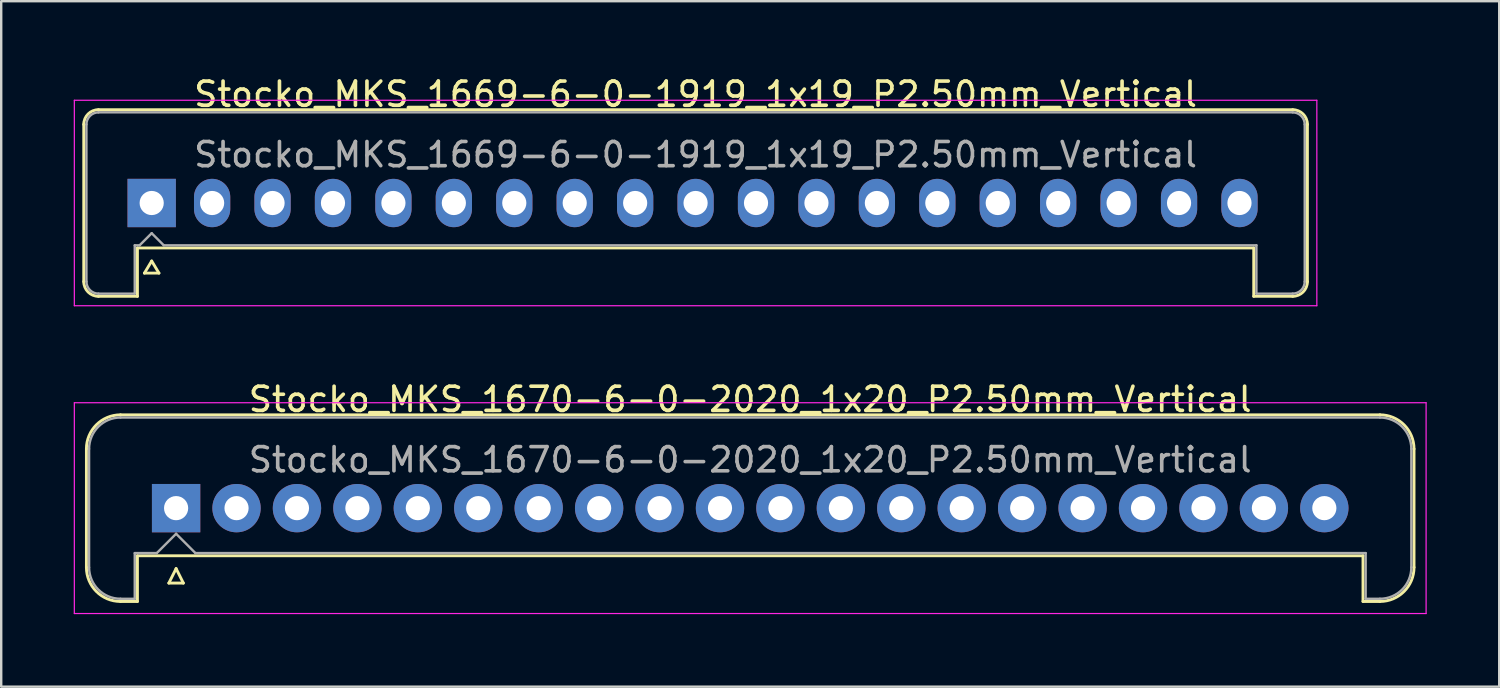
<source format=kicad_pcb>
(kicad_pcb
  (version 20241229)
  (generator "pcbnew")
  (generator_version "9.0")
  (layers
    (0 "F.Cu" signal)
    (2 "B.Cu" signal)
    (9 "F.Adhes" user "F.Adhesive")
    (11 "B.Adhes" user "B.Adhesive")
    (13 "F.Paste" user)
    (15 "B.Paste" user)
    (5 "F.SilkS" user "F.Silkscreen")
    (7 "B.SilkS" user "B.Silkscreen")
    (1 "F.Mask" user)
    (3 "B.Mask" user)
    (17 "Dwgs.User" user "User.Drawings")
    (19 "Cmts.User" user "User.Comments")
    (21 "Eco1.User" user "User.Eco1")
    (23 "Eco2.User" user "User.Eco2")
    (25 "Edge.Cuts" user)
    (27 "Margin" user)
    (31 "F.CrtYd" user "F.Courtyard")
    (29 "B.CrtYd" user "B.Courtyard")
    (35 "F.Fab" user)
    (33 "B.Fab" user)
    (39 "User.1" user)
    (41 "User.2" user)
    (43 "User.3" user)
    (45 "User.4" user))
  (footprint "Stocko_MKS_1670-6-0-2020_1x20_P2.50mm_Vertical"
    (layer "F.Cu")
    (at 4.235 17.971)
    (property "Reference" "Stocko_MKS_1670-6-0-2020_1x20_P2.50mm_Vertical" (at 23.75 -4.5 0) (layer "F.SilkS") (effects (font (size 1 1) (thickness 0.15))))
    (attr through_hole)
    (fp_line (start -3.71 -2.45) (end -3.71 2.45) (stroke (width 0.12) (type solid)) (layer "F.SilkS"))
    (fp_line (start -2.3 -3.86) (end 49.8 -3.86) (stroke (width 0.12) (type solid)) (layer "F.SilkS"))
    (fp_line (start -2.3 3.86) (end -1.6 3.86) (stroke (width 0.12) (type solid)) (layer "F.SilkS"))
    (fp_line (start -1.6 1.97) (end 49.1 1.97) (stroke (width 0.12) (type solid)) (layer "F.SilkS"))
    (fp_line (start -1.6 3.86) (end -1.6 1.97) (stroke (width 0.12) (type solid)) (layer "F.SilkS"))
    (fp_line (start -0.3 3.1) (end 0.3 3.1) (stroke (width 0.12) (type solid)) (layer "F.SilkS"))
    (fp_line (start 0 2.5) (end -0.3 3.1) (stroke (width 0.12) (type solid)) (layer "F.SilkS"))
    (fp_line (start 0.3 3.1) (end 0 2.5) (stroke (width 0.12) (type solid)) (layer "F.SilkS"))
    (fp_line (start 49.1 3.86) (end 49.1 1.97) (stroke (width 0.12) (type solid)) (layer "F.SilkS"))
    (fp_line (start 49.8 3.86) (end 49.1 3.86) (stroke (width 0.12) (type solid)) (layer "F.SilkS"))
    (fp_line (start 51.21 -2.45) (end 51.21 2.45) (stroke (width 0.12) (type solid)) (layer "F.SilkS"))
    (fp_arc (start -3.71 -2.45) (mid -3.297021 -3.447021) (end -2.3 -3.86) (stroke (width 0.12) (type solid)) (layer "F.SilkS"))
    (fp_arc (start -2.3 3.86) (mid -3.297021 3.447021) (end -3.71 2.45) (stroke (width 0.12) (type solid)) (layer "F.SilkS"))
    (fp_arc (start 49.8 -3.86) (mid 50.797021 -3.447021) (end 51.21 -2.45) (stroke (width 0.12) (type solid)) (layer "F.SilkS"))
    (fp_arc (start 51.21 2.45) (mid 50.797021 3.447021) (end 49.8 3.86) (stroke (width 0.12) (type solid)) (layer "F.SilkS"))
    (fp_line (start -4.21 -4.36) (end -4.21 4.36) (stroke (width 0.05) (type solid)) (layer "F.CrtYd"))
    (fp_line (start -4.21 4.36) (end 51.71 4.36) (stroke (width 0.05) (type solid)) (layer "F.CrtYd"))
    (fp_line (start 51.71 -4.36) (end -4.21 -4.36) (stroke (width 0.05) (type solid)) (layer "F.CrtYd"))
    (fp_line (start 51.71 4.36) (end 51.71 -4.36) (stroke (width 0.05) (type solid)) (layer "F.CrtYd"))
    (fp_line (start -3.6 -2.45) (end -3.6 2.45) (stroke (width 0.1) (type solid)) (layer "F.Fab"))
    (fp_line (start -2.3 -3.75) (end 49.8 -3.75) (stroke (width 0.1) (type solid)) (layer "F.Fab"))
    (fp_line (start -2.3 3.75) (end -1.71 3.75) (stroke (width 0.1) (type solid)) (layer "F.Fab"))
    (fp_line (start -1.71 1.86) (end -0.8 1.86) (stroke (width 0.1) (type solid)) (layer "F.Fab"))
    (fp_line (start -1.71 3.75) (end -1.71 1.86) (stroke (width 0.1) (type solid)) (layer "F.Fab"))
    (fp_line (start -0.8 1.86) (end 0 1.06) (stroke (width 0.1) (type solid)) (layer "F.Fab"))
    (fp_line (start 0 1.06) (end 0.8 1.86) (stroke (width 0.1) (type solid)) (layer "F.Fab"))
    (fp_line (start 0.8 1.86) (end 49.21 1.86) (stroke (width 0.1) (type solid)) (layer "F.Fab"))
    (fp_line (start 49.21 3.75) (end 49.21 1.86) (stroke (width 0.1) (type solid)) (layer "F.Fab"))
    (fp_line (start 49.8 3.75) (end 49.21 3.75) (stroke (width 0.1) (type solid)) (layer "F.Fab"))
    (fp_line (start 51.1 -2.45) (end 51.1 2.45) (stroke (width 0.1) (type solid)) (layer "F.Fab"))
    (fp_arc (start -3.6 -2.45) (mid -3.219239 -3.369239) (end -2.3 -3.75) (stroke (width 0.1) (type solid)) (layer "F.Fab"))
    (fp_arc (start -2.3 3.75) (mid -3.219239 3.369239) (end -3.6 2.45) (stroke (width 0.1) (type solid)) (layer "F.Fab"))
    (fp_arc (start 49.8 -3.75) (mid 50.719239 -3.369239) (end 51.1 -2.45) (stroke (width 0.1) (type solid)) (layer "F.Fab"))
    (fp_arc (start 51.1 2.45) (mid 50.719239 3.369239) (end 49.8 3.75) (stroke (width 0.1) (type solid)) (layer "F.Fab"))
    (fp_text user "${REFERENCE}" (at 23.75 -2 0) (layer "F.Fab") (effects (font (size 1 1) (thickness 0.15))))
    (pad "1" thru_hole rect (at 0 0) (size 2 2) (drill 1) (layers "*.Cu" "*.Mask"))
    (pad "2" thru_hole circle (at 2.5 0) (size 2 2) (drill 1) (layers "*.Cu" "*.Mask"))
    (pad "3" thru_hole circle (at 5 0) (size 2 2) (drill 1) (layers "*.Cu" "*.Mask"))
    (pad "4" thru_hole circle (at 7.5 0) (size 2 2) (drill 1) (layers "*.Cu" "*.Mask"))
    (pad "5" thru_hole circle (at 10 0) (size 2 2) (drill 1) (layers "*.Cu" "*.Mask"))
    (pad "6" thru_hole circle (at 12.5 0) (size 2 2) (drill 1) (layers "*.Cu" "*.Mask"))
    (pad "7" thru_hole circle (at 15 0) (size 2 2) (drill 1) (layers "*.Cu" "*.Mask"))
    (pad "8" thru_hole circle (at 17.5 0) (size 2 2) (drill 1) (layers "*.Cu" "*.Mask"))
    (pad "9" thru_hole circle (at 20 0) (size 2 2) (drill 1) (layers "*.Cu" "*.Mask"))
    (pad "10" thru_hole circle (at 22.5 0) (size 2 2) (drill 1) (layers "*.Cu" "*.Mask"))
    (pad "11" thru_hole circle (at 25 0) (size 2 2) (drill 1) (layers "*.Cu" "*.Mask"))
    (pad "12" thru_hole circle (at 27.5 0) (size 2 2) (drill 1) (layers "*.Cu" "*.Mask"))
    (pad "13" thru_hole circle (at 30 0) (size 2 2) (drill 1) (layers "*.Cu" "*.Mask"))
    (pad "14" thru_hole circle (at 32.5 0) (size 2 2) (drill 1) (layers "*.Cu" "*.Mask"))
    (pad "15" thru_hole circle (at 35 0) (size 2 2) (drill 1) (layers "*.Cu" "*.Mask"))
    (pad "16" thru_hole circle (at 37.5 0) (size 2 2) (drill 1) (layers "*.Cu" "*.Mask"))
    (pad "17" thru_hole circle (at 40 0) (size 2 2) (drill 1) (layers "*.Cu" "*.Mask"))
    (pad "18" thru_hole circle (at 42.5 0) (size 2 2) (drill 1) (layers "*.Cu" "*.Mask"))
    (pad "19" thru_hole circle (at 45 0) (size 2 2) (drill 1) (layers "*.Cu" "*.Mask"))
    (pad "20" thru_hole circle (at 47.5 0) (size 2 2) (drill 1) (layers "*.Cu" "*.Mask")))
  (footprint "Stocko_MKS_1669-6-0-1919_1x19_P2.50mm_Vertical"
    (layer "F.Cu")
    (at 3.225 5.348)
    (property "Reference" "Stocko_MKS_1669-6-0-1919_1x19_P2.50mm_Vertical" (at 22.5 -4.5 0) (layer "F.SilkS") (effects (font (size 1 1) (thickness 0.15))))
    (attr through_hole)
    (fp_line (start -2.81 -3.25) (end -2.81 3.25) (stroke (width 0.12) (type solid)) (layer "F.SilkS"))
    (fp_line (start -2.2 -3.86) (end 47.2 -3.86) (stroke (width 0.12) (type solid)) (layer "F.SilkS"))
    (fp_line (start -2.2 3.86) (end -0.59 3.86) (stroke (width 0.12) (type solid)) (layer "F.SilkS"))
    (fp_line (start -0.59 1.86) (end 45.59 1.86) (stroke (width 0.12) (type solid)) (layer "F.SilkS"))
    (fp_line (start -0.59 3.86) (end -0.59 1.86) (stroke (width 0.12) (type solid)) (layer "F.SilkS"))
    (fp_line (start -0.3 2.9) (end 0.3 2.9) (stroke (width 0.12) (type solid)) (layer "F.SilkS"))
    (fp_line (start 0 2.4) (end -0.3 2.9) (stroke (width 0.12) (type solid)) (layer "F.SilkS"))
    (fp_line (start 0.3 2.9) (end 0 2.4) (stroke (width 0.12) (type solid)) (layer "F.SilkS"))
    (fp_line (start 45.59 3.86) (end 45.59 1.86) (stroke (width 0.12) (type solid)) (layer "F.SilkS"))
    (fp_line (start 47.2 3.86) (end 45.59 3.86) (stroke (width 0.12) (type solid)) (layer "F.SilkS"))
    (fp_line (start 47.81 -3.25) (end 47.81 3.25) (stroke (width 0.12) (type solid)) (layer "F.SilkS"))
    (fp_arc (start -2.81 -3.25) (mid -2.631335 -3.681335) (end -2.2 -3.86) (stroke (width 0.12) (type solid)) (layer "F.SilkS"))
    (fp_arc (start -2.2 3.86) (mid -2.631335 3.681335) (end -2.81 3.25) (stroke (width 0.12) (type solid)) (layer "F.SilkS"))
    (fp_arc (start 47.2 -3.86) (mid 47.631335 -3.681335) (end 47.81 -3.25) (stroke (width 0.12) (type solid)) (layer "F.SilkS"))
    (fp_arc (start 47.81 3.25) (mid 47.631335 3.681335) (end 47.2 3.86) (stroke (width 0.12) (type solid)) (layer "F.SilkS"))
    (fp_line (start -3.2 -4.25) (end -3.2 4.25) (stroke (width 0.05) (type solid)) (layer "F.CrtYd"))
    (fp_line (start -3.2 4.25) (end 48.2 4.25) (stroke (width 0.05) (type solid)) (layer "F.CrtYd"))
    (fp_line (start 48.2 -4.25) (end -3.2 -4.25) (stroke (width 0.05) (type solid)) (layer "F.CrtYd"))
    (fp_line (start 48.2 4.25) (end 48.2 -4.25) (stroke (width 0.05) (type solid)) (layer "F.CrtYd"))
    (fp_line (start -2.7 -3.25) (end -2.7 3.25) (stroke (width 0.1) (type solid)) (layer "F.Fab"))
    (fp_line (start -2.2 -3.75) (end 47.2 -3.75) (stroke (width 0.1) (type solid)) (layer "F.Fab"))
    (fp_line (start -2.2 3.75) (end -0.7 3.75) (stroke (width 0.1) (type solid)) (layer "F.Fab"))
    (fp_line (start -0.7 1.75) (end -0.5 1.75) (stroke (width 0.1) (type solid)) (layer "F.Fab"))
    (fp_line (start -0.7 3.75) (end -0.7 1.75) (stroke (width 0.1) (type solid)) (layer "F.Fab"))
    (fp_line (start -0.5 1.75) (end 0 1.25) (stroke (width 0.1) (type solid)) (layer "F.Fab"))
    (fp_line (start 0 1.25) (end 0.5 1.75) (stroke (width 0.1) (type solid)) (layer "F.Fab"))
    (fp_line (start 0.5 1.75) (end 45.7 1.75) (stroke (width 0.1) (type solid)) (layer "F.Fab"))
    (fp_line (start 45.7 3.75) (end 45.7 1.75) (stroke (width 0.1) (type solid)) (layer "F.Fab"))
    (fp_line (start 47.2 3.75) (end 45.7 3.75) (stroke (width 0.1) (type solid)) (layer "F.Fab"))
    (fp_line (start 47.7 -3.25) (end 47.7 3.25) (stroke (width 0.1) (type solid)) (layer "F.Fab"))
    (fp_arc (start -2.7 -3.25) (mid -2.553553 -3.603553) (end -2.2 -3.75) (stroke (width 0.1) (type solid)) (layer "F.Fab"))
    (fp_arc (start -2.2 3.75) (mid -2.553553 3.603553) (end -2.7 3.25) (stroke (width 0.1) (type solid)) (layer "F.Fab"))
    (fp_arc (start 47.2 -3.75) (mid 47.553553 -3.603553) (end 47.7 -3.25) (stroke (width 0.1) (type solid)) (layer "F.Fab"))
    (fp_arc (start 47.7 3.25) (mid 47.553553 3.603553) (end 47.2 3.75) (stroke (width 0.1) (type solid)) (layer "F.Fab"))
    (fp_text user "${REFERENCE}" (at 22.5 -2 0) (layer "F.Fab") (effects (font (size 1 1) (thickness 0.15))))
    (pad "1" thru_hole rect (at 0 0) (size 2 2) (drill 1) (layers "*.Cu" "*.Mask"))
    (pad "2" thru_hole oval (at 2.5 0) (size 1.5 2) (drill 1) (layers "*.Cu" "*.Mask"))
    (pad "3" thru_hole oval (at 5 0) (size 1.5 2) (drill 1) (layers "*.Cu" "*.Mask"))
    (pad "4" thru_hole oval (at 7.5 0) (size 1.5 2) (drill 1) (layers "*.Cu" "*.Mask"))
    (pad "5" thru_hole oval (at 10 0) (size 1.5 2) (drill 1) (layers "*.Cu" "*.Mask"))
    (pad "6" thru_hole oval (at 12.5 0) (size 1.5 2) (drill 1) (layers "*.Cu" "*.Mask"))
    (pad "7" thru_hole oval (at 15 0) (size 1.5 2) (drill 1) (layers "*.Cu" "*.Mask"))
    (pad "8" thru_hole oval (at 17.5 0) (size 1.5 2) (drill 1) (layers "*.Cu" "*.Mask"))
    (pad "9" thru_hole oval (at 20 0) (size 1.5 2) (drill 1) (layers "*.Cu" "*.Mask"))
    (pad "10" thru_hole oval (at 22.5 0) (size 1.5 2) (drill 1) (layers "*.Cu" "*.Mask"))
    (pad "11" thru_hole oval (at 25 0) (size 1.5 2) (drill 1) (layers "*.Cu" "*.Mask"))
    (pad "12" thru_hole oval (at 27.5 0) (size 1.5 2) (drill 1) (layers "*.Cu" "*.Mask"))
    (pad "13" thru_hole oval (at 30 0) (size 1.5 2) (drill 1) (layers "*.Cu" "*.Mask"))
    (pad "14" thru_hole oval (at 32.5 0) (size 1.5 2) (drill 1) (layers "*.Cu" "*.Mask"))
    (pad "15" thru_hole oval (at 35 0) (size 1.5 2) (drill 1) (layers "*.Cu" "*.Mask"))
    (pad "16" thru_hole oval (at 37.5 0) (size 1.5 2) (drill 1) (layers "*.Cu" "*.Mask"))
    (pad "17" thru_hole oval (at 40 0) (size 1.5 2) (drill 1) (layers "*.Cu" "*.Mask"))
    (pad "18" thru_hole oval (at 42.5 0) (size 1.5 2) (drill 1) (layers "*.Cu" "*.Mask"))
    (pad "19" thru_hole oval (at 45 0) (size 1.5 2) (drill 1) (layers "*.Cu" "*.Mask")))
  (gr_rect
    (start -3 -3)
    (end 58.97 25.357)
    (stroke (width 0.1) (type default))
    (fill no)
    (layer "Edge.Cuts")))
</source>
